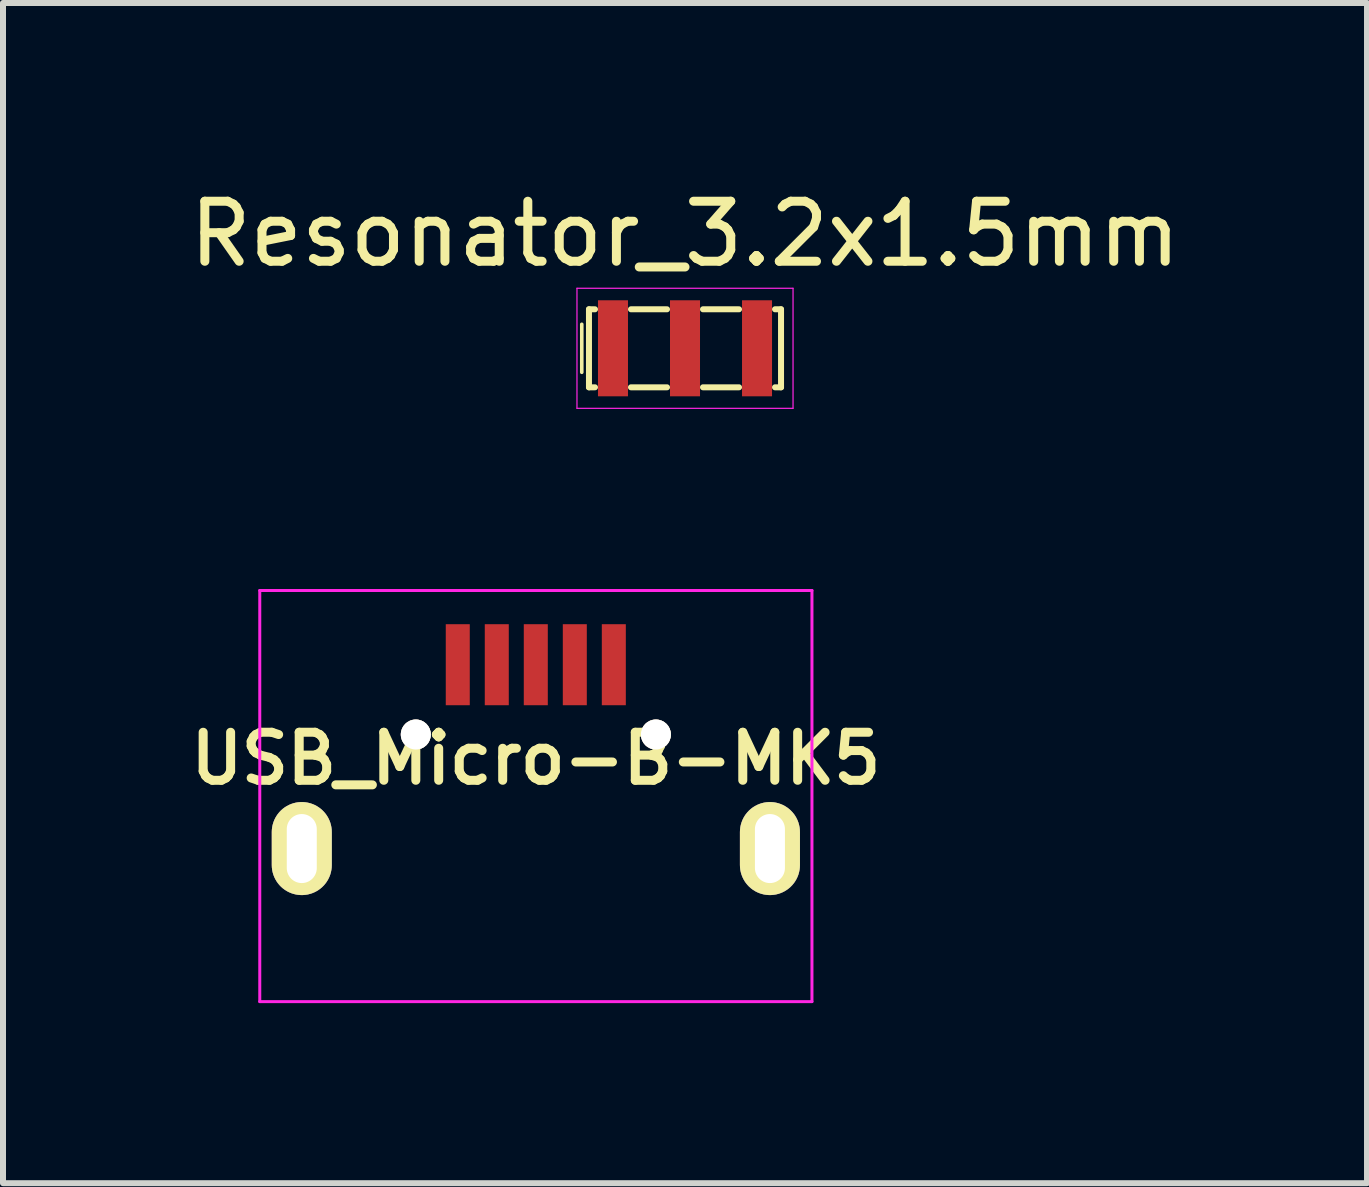
<source format=kicad_pcb>
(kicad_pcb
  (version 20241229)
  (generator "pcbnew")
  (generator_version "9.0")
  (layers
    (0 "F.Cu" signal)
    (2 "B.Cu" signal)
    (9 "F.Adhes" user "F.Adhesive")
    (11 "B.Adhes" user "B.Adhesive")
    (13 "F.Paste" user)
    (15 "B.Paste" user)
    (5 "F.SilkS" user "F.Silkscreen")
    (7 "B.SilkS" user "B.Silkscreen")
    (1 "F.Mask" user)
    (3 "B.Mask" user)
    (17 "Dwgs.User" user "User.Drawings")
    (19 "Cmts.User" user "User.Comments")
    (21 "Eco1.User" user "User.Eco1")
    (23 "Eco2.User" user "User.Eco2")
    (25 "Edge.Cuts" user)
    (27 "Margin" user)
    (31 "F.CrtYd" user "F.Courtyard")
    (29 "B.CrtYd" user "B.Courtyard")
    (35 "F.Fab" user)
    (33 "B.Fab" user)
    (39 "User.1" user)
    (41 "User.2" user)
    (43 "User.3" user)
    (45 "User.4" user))
  (footprint "USB_Micro-B-MK5"
    (layer "F.Cu")
    (at 5.878 9.588)
    (property "Reference" "USB_Micro-B-MK5" (at 0 0 0) (layer "F.SilkS") (effects (font (size 0.8 0.8) (thickness 0.15))))
    (attr smd)
    (fp_line (start -4.6 -2.8) (end 4.6 -2.8) (stroke (width 0.05) (type solid)) (layer "F.CrtYd"))
    (fp_line (start -4.6 4.05) (end -4.6 -2.8) (stroke (width 0.05) (type solid)) (layer "F.CrtYd"))
    (fp_line (start 4.6 -2.8) (end 4.6 4.05) (stroke (width 0.05) (type solid)) (layer "F.CrtYd"))
    (fp_line (start 4.6 4.05) (end -4.6 4.05) (stroke (width 0.05) (type solid)) (layer "F.CrtYd"))
    (pad "" thru_hole circle (at -2 -0.4) (size 0.5 0.5) (drill 0.5) (layers "*.Cu" "*.Mask" "F.SilkS"))
    (pad "" thru_hole circle (at 2 -0.4) (size 0.5 0.5) (drill 0.5) (layers "*.Cu" "*.Mask" "F.SilkS"))
    (pad "1" smd rect (at -1.301 -1.563 90) (size 1.35 0.4) (layers "F.Cu" "F.Mask" "F.Paste"))
    (pad "2" smd rect (at -0.651 -1.563 90) (size 1.35 0.4) (layers "F.Cu" "F.Mask" "F.Paste"))
    (pad "3" smd rect (at -0.001 -1.563 90) (size 1.35 0.4) (layers "F.Cu" "F.Mask" "F.Paste"))
    (pad "4" smd rect (at 0.649 -1.563 90) (size 1.35 0.4) (layers "F.Cu" "F.Mask" "F.Paste"))
    (pad "5" smd rect (at 1.299 -1.563 90) (size 1.35 0.4) (layers "F.Cu" "F.Mask" "F.Paste"))
    (pad "6" thru_hole oval (at -3.9 1.5 90) (size 1.55 1) (drill oval 1.15 0.5) (layers "*.Cu" "*.Mask" "F.SilkS"))
    (pad "6" thru_hole oval (at 3.9 1.5 90) (size 1.55 1) (drill oval 1.15 0.5) (layers "*.Cu" "*.Mask" "F.SilkS")))
  (footprint "Resonator_3.2x1.5mm"
    (layer "F.Cu")
    (at 8.363 2.753)
    (property "Reference" "Resonator_3.2x1.5mm" (at 0 -1.905 0) (layer "F.SilkS") (effects (font (size 1 1) (thickness 0.15))))
    (attr through_hole)
    (fp_line (start -1.72 -0.4) (end -1.72 0.4) (stroke (width 0.06) (type solid)) (layer "F.SilkS"))
    (fp_line (start -1.6 -0.65) (end -1.6 0.65) (stroke (width 0.1) (type solid)) (layer "F.SilkS"))
    (fp_line (start -1.5 -0.65) (end -1.6 -0.65) (stroke (width 0.1) (type solid)) (layer "F.SilkS"))
    (fp_line (start -1.5 0.65) (end -1.6 0.65) (stroke (width 0.1) (type solid)) (layer "F.SilkS"))
    (fp_line (start -0.3 -0.65) (end -0.9 -0.65) (stroke (width 0.1) (type solid)) (layer "F.SilkS"))
    (fp_line (start -0.3 0.65) (end -0.9 0.65) (stroke (width 0.1) (type solid)) (layer "F.SilkS"))
    (fp_line (start 0.9 -0.65) (end 0.3 -0.65) (stroke (width 0.1) (type solid)) (layer "F.SilkS"))
    (fp_line (start 0.9 0.65) (end 0.3 0.65) (stroke (width 0.1) (type solid)) (layer "F.SilkS"))
    (fp_line (start 1.5 -0.65) (end 1.6 -0.65) (stroke (width 0.1) (type solid)) (layer "F.SilkS"))
    (fp_line (start 1.5 0.65) (end 1.6 0.65) (stroke (width 0.1) (type solid)) (layer "F.SilkS"))
    (fp_line (start 1.6 -0.65) (end 1.6 0.65) (stroke (width 0.1) (type solid)) (layer "F.SilkS"))
    (fp_line (start -1.8 -1) (end -1.8 1) (stroke (width 0.02) (type solid)) (layer "F.CrtYd"))
    (fp_line (start -1.8 -1) (end 1.8 -1) (stroke (width 0.02) (type solid)) (layer "F.CrtYd"))
    (fp_line (start -1.8 1) (end 1.8 1) (stroke (width 0.02) (type solid)) (layer "F.CrtYd"))
    (fp_line (start 1.8 -1) (end 1.8 1) (stroke (width 0.02) (type solid)) (layer "F.CrtYd"))
    (pad "1" smd rect (at -1.2 0) (size 0.5 1.6) (layers "F.Cu" "F.Mask" "F.Paste"))
    (pad "2" smd rect (at 1.2 0) (size 0.5 1.6) (layers "F.Cu" "F.Mask" "F.Paste"))
    (pad "3" smd rect (at 0 0) (size 0.5 1.6) (layers "F.Cu" "F.Mask" "F.Paste")))
  (gr_rect
    (start -3 -3)
    (end 19.726 16.663)
    (stroke (width 0.1) (type default))
    (fill no)
    (layer "Edge.Cuts")))
</source>
